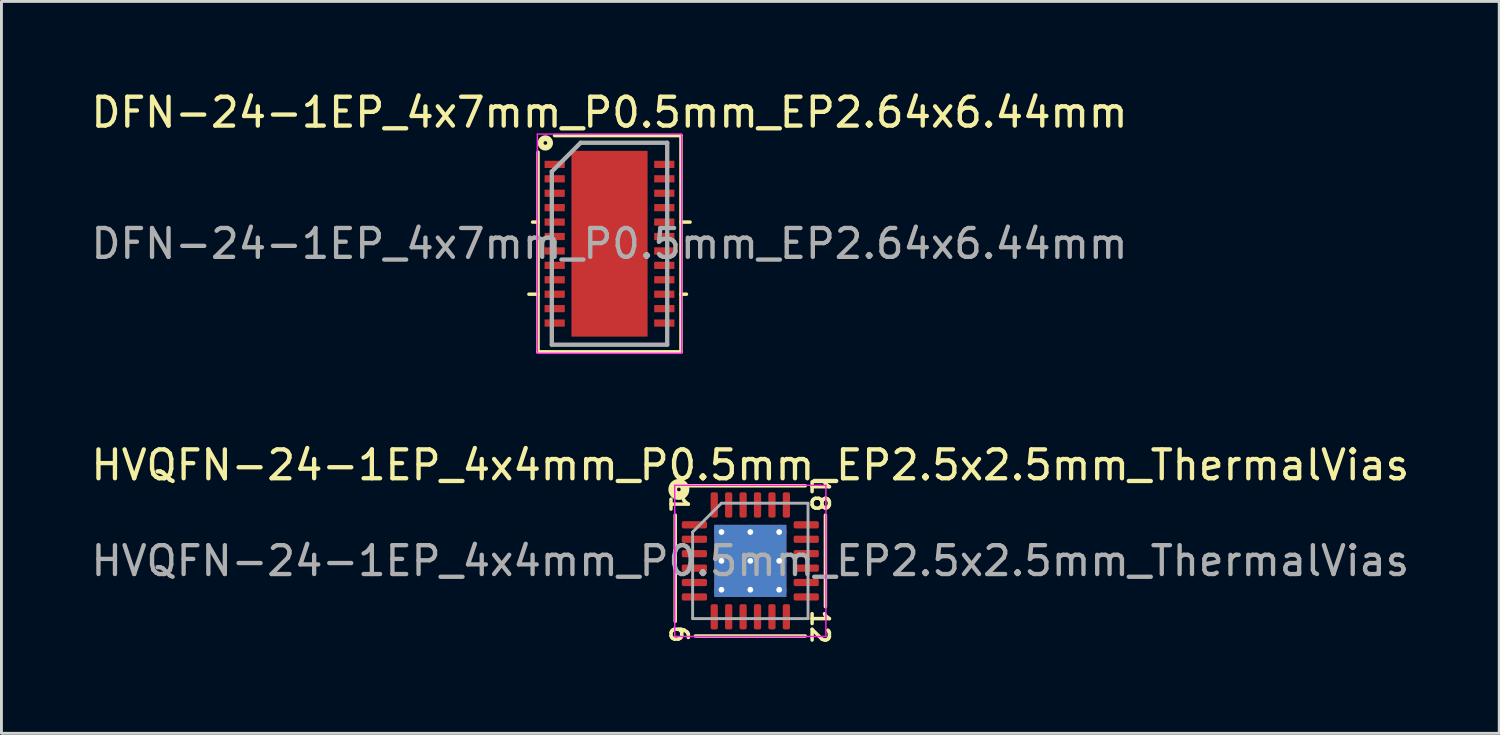
<source format=kicad_pcb>
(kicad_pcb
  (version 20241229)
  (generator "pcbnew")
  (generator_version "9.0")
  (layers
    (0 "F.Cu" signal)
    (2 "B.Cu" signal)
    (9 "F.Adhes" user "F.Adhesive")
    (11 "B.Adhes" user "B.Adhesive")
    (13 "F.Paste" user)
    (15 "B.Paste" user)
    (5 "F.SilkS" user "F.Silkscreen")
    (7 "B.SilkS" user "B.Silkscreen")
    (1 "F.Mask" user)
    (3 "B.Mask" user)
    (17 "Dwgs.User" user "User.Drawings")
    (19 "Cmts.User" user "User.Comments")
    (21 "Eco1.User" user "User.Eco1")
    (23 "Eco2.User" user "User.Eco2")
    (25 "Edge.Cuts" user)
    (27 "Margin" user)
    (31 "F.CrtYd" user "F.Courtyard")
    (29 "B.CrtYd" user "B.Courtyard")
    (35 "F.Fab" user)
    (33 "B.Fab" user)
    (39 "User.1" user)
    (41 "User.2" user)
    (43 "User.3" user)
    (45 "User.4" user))
  (footprint "DFN-24-1EP_4x7mm_P0.5mm_EP2.64x6.44mm"
    (layer "F.Cu")
    (at 18.077 5.398)
    (property "Reference" "DFN-24-1EP_4x7mm_P0.5mm_EP2.64x6.44mm" (at 0 -4.55 0) (layer "F.SilkS") (effects (font (size 1 1) (thickness 0.15))))
    (attr smd)
    (fp_line (start -2.477 -0.75) (end -2.667 -0.75) (stroke (width 0.12) (type solid)) (layer "F.SilkS"))
    (fp_line (start -2.477 1.75) (end -2.794 1.75) (stroke (width 0.12) (type solid)) (layer "F.SilkS"))
    (fp_line (start -2.477 3.747) (end -2.477 -3.175) (stroke (width 0.12) (type solid)) (layer "F.SilkS"))
    (fp_line (start -1.905 -3.747) (end 2.477 -3.747) (stroke (width 0.12) (type solid)) (layer "F.SilkS"))
    (fp_line (start 2.477 -3.747) (end 2.477 3.747) (stroke (width 0.12) (type solid)) (layer "F.SilkS"))
    (fp_line (start 2.477 -0.75) (end 2.794 -0.75) (stroke (width 0.12) (type solid)) (layer "F.SilkS"))
    (fp_line (start 2.477 1.75) (end 2.667 1.75) (stroke (width 0.12) (type solid)) (layer "F.SilkS"))
    (fp_line (start 2.477 3.747) (end -2.477 3.747) (stroke (width 0.12) (type solid)) (layer "F.SilkS"))
    (fp_circle (center -2.223 -3.493) (end -2.159 -3.493) (stroke (width 0.2) (type solid)) (fill no) (layer "F.SilkS"))
    (fp_line (start -2.5 -3.8) (end -2.5 3.8) (stroke (width 0.05) (type solid)) (layer "F.CrtYd"))
    (fp_line (start -2.5 -3.8) (end 2.5 -3.8) (stroke (width 0.05) (type solid)) (layer "F.CrtYd"))
    (fp_line (start -2.5 3.8) (end 2.5 3.8) (stroke (width 0.05) (type solid)) (layer "F.CrtYd"))
    (fp_line (start 2.5 -3.8) (end 2.5 3.8) (stroke (width 0.05) (type solid)) (layer "F.CrtYd"))
    (fp_line (start -2 -2.5) (end -1 -3.5) (stroke (width 0.15) (type solid)) (layer "F.Fab"))
    (fp_line (start -2 3.5) (end -2 -2.5) (stroke (width 0.15) (type solid)) (layer "F.Fab"))
    (fp_line (start -1 -3.5) (end 2 -3.5) (stroke (width 0.15) (type solid)) (layer "F.Fab"))
    (fp_line (start 2 -3.5) (end 2 3.5) (stroke (width 0.15) (type solid)) (layer "F.Fab"))
    (fp_line (start 2 3.5) (end -2 3.5) (stroke (width 0.15) (type solid)) (layer "F.Fab"))
    (fp_text user "${REFERENCE}" (at 0 0 0) (layer "F.Fab") (effects (font (size 1 1) (thickness 0.15))))
    (pad "" smd rect (at -0.66 -2.56) (size 1.05 1.05) (layers "F.Paste"))
    (pad "" smd rect (at -0.66 -1.28) (size 1.05 1.05) (layers "F.Paste"))
    (pad "" smd rect (at -0.66 0) (size 1.05 1.05) (layers "F.Paste"))
    (pad "" smd rect (at -0.66 1.28) (size 1.05 1.05) (layers "F.Paste"))
    (pad "" smd rect (at -0.66 2.56) (size 1.05 1.05) (layers "F.Paste"))
    (pad "" smd rect (at 0.66 -2.56) (size 1.05 1.05) (layers "F.Paste"))
    (pad "" smd rect (at 0.66 -1.28) (size 1.05 1.05) (layers "F.Paste"))
    (pad "" smd rect (at 0.66 0) (size 1.05 1.05) (layers "F.Paste"))
    (pad "" smd rect (at 0.66 1.28) (size 1.05 1.05) (layers "F.Paste"))
    (pad "" smd rect (at 0.66 2.56) (size 1.05 1.05) (layers "F.Paste"))
    (pad "1" smd rect (at -1.9 -2.75) (size 0.7 0.25) (layers "F.Cu" "F.Mask" "F.Paste"))
    (pad "2" smd rect (at -1.9 -2.25) (size 0.7 0.25) (layers "F.Cu" "F.Mask" "F.Paste"))
    (pad "3" smd rect (at -1.9 -1.75) (size 0.7 0.25) (layers "F.Cu" "F.Mask" "F.Paste"))
    (pad "4" smd rect (at -1.9 -1.25) (size 0.7 0.25) (layers "F.Cu" "F.Mask" "F.Paste"))
    (pad "5" smd rect (at -1.9 -0.75) (size 0.7 0.25) (layers "F.Cu" "F.Mask" "F.Paste"))
    (pad "6" smd rect (at -1.9 -0.25) (size 0.7 0.25) (layers "F.Cu" "F.Mask" "F.Paste"))
    (pad "7" smd rect (at -1.9 0.25) (size 0.7 0.25) (layers "F.Cu" "F.Mask" "F.Paste"))
    (pad "8" smd rect (at -1.9 0.75) (size 0.7 0.25) (layers "F.Cu" "F.Mask" "F.Paste"))
    (pad "9" smd rect (at -1.9 1.25) (size 0.7 0.25) (layers "F.Cu" "F.Mask" "F.Paste"))
    (pad "10" smd rect (at -1.9 1.75) (size 0.7 0.25) (layers "F.Cu" "F.Mask" "F.Paste"))
    (pad "11" smd rect (at -1.9 2.25) (size 0.7 0.25) (layers "F.Cu" "F.Mask" "F.Paste"))
    (pad "12" smd rect (at -1.9 2.75) (size 0.7 0.25) (layers "F.Cu" "F.Mask" "F.Paste"))
    (pad "13" smd rect (at 1.9 2.75) (size 0.7 0.25) (layers "F.Cu" "F.Mask" "F.Paste"))
    (pad "14" smd rect (at 1.9 2.25) (size 0.7 0.25) (layers "F.Cu" "F.Mask" "F.Paste"))
    (pad "15" smd rect (at 1.9 1.75) (size 0.7 0.25) (layers "F.Cu" "F.Mask" "F.Paste"))
    (pad "16" smd rect (at 1.9 1.25) (size 0.7 0.25) (layers "F.Cu" "F.Mask" "F.Paste"))
    (pad "17" smd rect (at 1.9 0.75) (size 0.7 0.25) (layers "F.Cu" "F.Mask" "F.Paste"))
    (pad "18" smd rect (at 1.9 0.25) (size 0.7 0.25) (layers "F.Cu" "F.Mask" "F.Paste"))
    (pad "19" smd rect (at 1.9 -0.25) (size 0.7 0.25) (layers "F.Cu" "F.Mask" "F.Paste"))
    (pad "20" smd rect (at 1.9 -0.75) (size 0.7 0.25) (layers "F.Cu" "F.Mask" "F.Paste"))
    (pad "21" smd rect (at 1.9 -1.25) (size 0.7 0.25) (layers "F.Cu" "F.Mask" "F.Paste"))
    (pad "22" smd rect (at 1.9 -1.75) (size 0.7 0.25) (layers "F.Cu" "F.Mask" "F.Paste"))
    (pad "23" smd rect (at 1.9 -2.25) (size 0.7 0.25) (layers "F.Cu" "F.Mask" "F.Paste"))
    (pad "24" smd rect (at 1.9 -2.75) (size 0.7 0.25) (layers "F.Cu" "F.Mask" "F.Paste"))
    (pad "25" smd rect (at 0 0) (size 2.64 6.44) (layers "F.Cu" "F.Mask")))
  (footprint "HVQFN-24-1EP_4x4mm_P0.5mm_EP2.5x2.5mm_ThermalVias"
    (layer "F.Cu")
    (at 22.958 16.392)
    (property "Reference" "HVQFN-24-1EP_4x4mm_P0.5mm_EP2.5x2.5mm_ThermalVias" (at 0 -3.32 0) (layer "F.SilkS") (effects (font (size 1 1) (thickness 0.15))))
    (attr smd)
    (fp_line (start -2.603 2.095) (end -2.603 -1.587) (stroke (width 0.12) (type solid)) (layer "F.SilkS"))
    (fp_line (start -2.159 -2.603) (end 1.905 -2.603) (stroke (width 0.12) (type solid)) (layer "F.SilkS"))
    (fp_line (start 1.905 2.603) (end -1.905 2.603) (stroke (width 0.12) (type solid)) (layer "F.SilkS"))
    (fp_line (start 2.603 -1.587) (end 2.603 1.587) (stroke (width 0.12) (type solid)) (layer "F.SilkS"))
    (fp_circle (center -2.477 -2.477) (end -2.413 -2.477) (stroke (width 0.3) (type solid)) (fill no) (layer "F.SilkS"))
    (fp_line (start -2.62 -2.62) (end -2.62 2.62) (stroke (width 0.05) (type solid)) (layer "F.CrtYd"))
    (fp_line (start -2.62 2.62) (end 2.62 2.62) (stroke (width 0.05) (type solid)) (layer "F.CrtYd"))
    (fp_line (start 2.62 -2.62) (end -2.62 -2.62) (stroke (width 0.05) (type solid)) (layer "F.CrtYd"))
    (fp_line (start 2.62 2.62) (end 2.62 -2.62) (stroke (width 0.05) (type solid)) (layer "F.CrtYd"))
    (fp_line (start -2 -1) (end -1 -2) (stroke (width 0.1) (type solid)) (layer "F.Fab"))
    (fp_line (start -2 2) (end -2 -1) (stroke (width 0.1) (type solid)) (layer "F.Fab"))
    (fp_line (start -1 -2) (end 2 -2) (stroke (width 0.1) (type solid)) (layer "F.Fab"))
    (fp_line (start 2 -2) (end 2 2) (stroke (width 0.1) (type solid)) (layer "F.Fab"))
    (fp_line (start 2 2) (end -2 2) (stroke (width 0.1) (type solid)) (layer "F.Fab"))
    (fp_text user "6" (at -2.477 2.54 270) (unlocked yes) (layer "F.SilkS") (effects (font (size 0.6 0.6) (thickness 0.12))))
    (fp_text user "12" (at 2.413 2.286 270) (unlocked yes) (layer "F.SilkS") (effects (font (size 0.6 0.6) (thickness 0.12))))
    (fp_text user "18" (at 2.413 -2.286 270) (unlocked yes) (layer "F.SilkS") (effects (font (size 0.6 0.6) (thickness 0.12))))
    (fp_text user "1" (at -2.477 -1.968 270) (unlocked yes) (layer "F.SilkS") (effects (font (size 0.6 0.6) (thickness 0.12))))
    (fp_text user "${REFERENCE}" (at 0 0 0) (layer "F.Fab") (effects (font (size 1 1) (thickness 0.15))))
    (pad "" smd custom (at -0.5 -0.5) (size 0.779 0.779) (layers "F.Paste") (options (anchor circle)) (primitives (gr_poly (pts (xy -0.315 -0.192) (xy -0.192 -0.315) (xy 0.192 -0.315) (xy 0.315 -0.192) (xy 0.315 0.192) (xy 0.192 0.315) (xy -0.192 0.315) (xy -0.315 0.192)) (width 0.297) (fill yes))))
    (pad "" smd custom (at -0.5 0.5) (size 0.779 0.779) (layers "F.Paste") (options (anchor circle)) (primitives (gr_poly (pts (xy -0.315 -0.192) (xy -0.192 -0.315) (xy 0.192 -0.315) (xy 0.315 -0.192) (xy 0.315 0.192) (xy 0.192 0.315) (xy -0.192 0.315) (xy -0.315 0.192)) (width 0.297) (fill yes))))
    (pad "" smd custom (at 0.5 -0.5) (size 0.779 0.779) (layers "F.Paste") (options (anchor circle)) (primitives (gr_poly (pts (xy -0.315 -0.192) (xy -0.192 -0.315) (xy 0.192 -0.315) (xy 0.315 -0.192) (xy 0.315 0.192) (xy 0.192 0.315) (xy -0.192 0.315) (xy -0.315 0.192)) (width 0.297) (fill yes))))
    (pad "" smd custom (at 0.5 0.5) (size 0.779 0.779) (layers "F.Paste") (options (anchor circle)) (primitives (gr_poly (pts (xy -0.315 -0.192) (xy -0.192 -0.315) (xy 0.192 -0.315) (xy 0.315 -0.192) (xy 0.315 0.192) (xy 0.192 0.315) (xy -0.192 0.315) (xy -0.315 0.192)) (width 0.297) (fill yes))))
    (pad "1" smd roundrect (at -1.938 -1.25) (size 0.875 0.25) (layers "F.Cu" "F.Mask" "F.Paste") (roundrect_rratio 0.25))
    (pad "2" smd roundrect (at -1.938 -0.75) (size 0.875 0.25) (layers "F.Cu" "F.Mask" "F.Paste") (roundrect_rratio 0.25))
    (pad "3" smd roundrect (at -1.938 -0.25) (size 0.875 0.25) (layers "F.Cu" "F.Mask" "F.Paste") (roundrect_rratio 0.25))
    (pad "4" smd roundrect (at -1.938 0.25) (size 0.875 0.25) (layers "F.Cu" "F.Mask" "F.Paste") (roundrect_rratio 0.25))
    (pad "5" smd roundrect (at -1.938 0.75) (size 0.875 0.25) (layers "F.Cu" "F.Mask" "F.Paste") (roundrect_rratio 0.25))
    (pad "6" smd roundrect (at -1.938 1.25) (size 0.875 0.25) (layers "F.Cu" "F.Mask" "F.Paste") (roundrect_rratio 0.25))
    (pad "7" smd roundrect (at -1.25 1.938) (size 0.25 0.875) (layers "F.Cu" "F.Mask" "F.Paste") (roundrect_rratio 0.25))
    (pad "8" smd roundrect (at -0.75 1.938) (size 0.25 0.875) (layers "F.Cu" "F.Mask" "F.Paste") (roundrect_rratio 0.25))
    (pad "9" smd roundrect (at -0.25 1.938) (size 0.25 0.875) (layers "F.Cu" "F.Mask" "F.Paste") (roundrect_rratio 0.25))
    (pad "10" smd roundrect (at 0.25 1.938) (size 0.25 0.875) (layers "F.Cu" "F.Mask" "F.Paste") (roundrect_rratio 0.25))
    (pad "11" smd roundrect (at 0.75 1.938) (size 0.25 0.875) (layers "F.Cu" "F.Mask" "F.Paste") (roundrect_rratio 0.25))
    (pad "12" smd roundrect (at 1.25 1.938) (size 0.25 0.875) (layers "F.Cu" "F.Mask" "F.Paste") (roundrect_rratio 0.25))
    (pad "13" smd roundrect (at 1.938 1.25) (size 0.875 0.25) (layers "F.Cu" "F.Mask" "F.Paste") (roundrect_rratio 0.25))
    (pad "14" smd roundrect (at 1.938 0.75) (size 0.875 0.25) (layers "F.Cu" "F.Mask" "F.Paste") (roundrect_rratio 0.25))
    (pad "15" smd roundrect (at 1.938 0.25) (size 0.875 0.25) (layers "F.Cu" "F.Mask" "F.Paste") (roundrect_rratio 0.25))
    (pad "16" smd roundrect (at 1.938 -0.25) (size 0.875 0.25) (layers "F.Cu" "F.Mask" "F.Paste") (roundrect_rratio 0.25))
    (pad "17" smd roundrect (at 1.938 -0.75) (size 0.875 0.25) (layers "F.Cu" "F.Mask" "F.Paste") (roundrect_rratio 0.25))
    (pad "18" smd roundrect (at 1.938 -1.25) (size 0.875 0.25) (layers "F.Cu" "F.Mask" "F.Paste") (roundrect_rratio 0.25))
    (pad "19" smd roundrect (at 1.25 -1.938) (size 0.25 0.875) (layers "F.Cu" "F.Mask" "F.Paste") (roundrect_rratio 0.25))
    (pad "20" smd roundrect (at 0.75 -1.938) (size 0.25 0.875) (layers "F.Cu" "F.Mask" "F.Paste") (roundrect_rratio 0.25))
    (pad "21" smd roundrect (at 0.25 -1.938) (size 0.25 0.875) (layers "F.Cu" "F.Mask" "F.Paste") (roundrect_rratio 0.25))
    (pad "22" smd roundrect (at -0.25 -1.938) (size 0.25 0.875) (layers "F.Cu" "F.Mask" "F.Paste") (roundrect_rratio 0.25))
    (pad "23" smd roundrect (at -0.75 -1.938) (size 0.25 0.875) (layers "F.Cu" "F.Mask" "F.Paste") (roundrect_rratio 0.25))
    (pad "24" smd roundrect (at -1.25 -1.938) (size 0.25 0.875) (layers "F.Cu" "F.Mask" "F.Paste") (roundrect_rratio 0.25))
    (pad "25" thru_hole circle (at -1 -1) (size 0.5 0.5) (drill 0.2) (layers "*.Cu"))
    (pad "25" thru_hole circle (at -1 0) (size 0.5 0.5) (drill 0.2) (layers "*.Cu"))
    (pad "25" thru_hole circle (at -1 1) (size 0.5 0.5) (drill 0.2) (layers "*.Cu"))
    (pad "25" thru_hole circle (at 0 -1) (size 0.5 0.5) (drill 0.2) (layers "*.Cu"))
    (pad "25" thru_hole circle (at 0 0) (size 0.5 0.5) (drill 0.2) (layers "*.Cu"))
    (pad "25" smd rect (at 0 0) (size 2.5 2.5) (layers "F.Cu" "F.Mask"))
    (pad "25" smd rect (at 0 0) (size 2.5 2.5) (layers "B.Cu" "B.Mask"))
    (pad "25" thru_hole circle (at 0 1) (size 0.5 0.5) (drill 0.2) (layers "*.Cu"))
    (pad "25" thru_hole circle (at 1 -1) (size 0.5 0.5) (drill 0.2) (layers "*.Cu"))
    (pad "25" thru_hole circle (at 1 0) (size 0.5 0.5) (drill 0.2) (layers "*.Cu"))
    (pad "25" thru_hole circle (at 1 1) (size 0.5 0.5) (drill 0.2) (layers "*.Cu")))
  (gr_rect
    (start -3 -3)
    (end 48.917 22.369)
    (stroke (width 0.1) (type default))
    (fill no)
    (layer "Edge.Cuts")))
</source>
